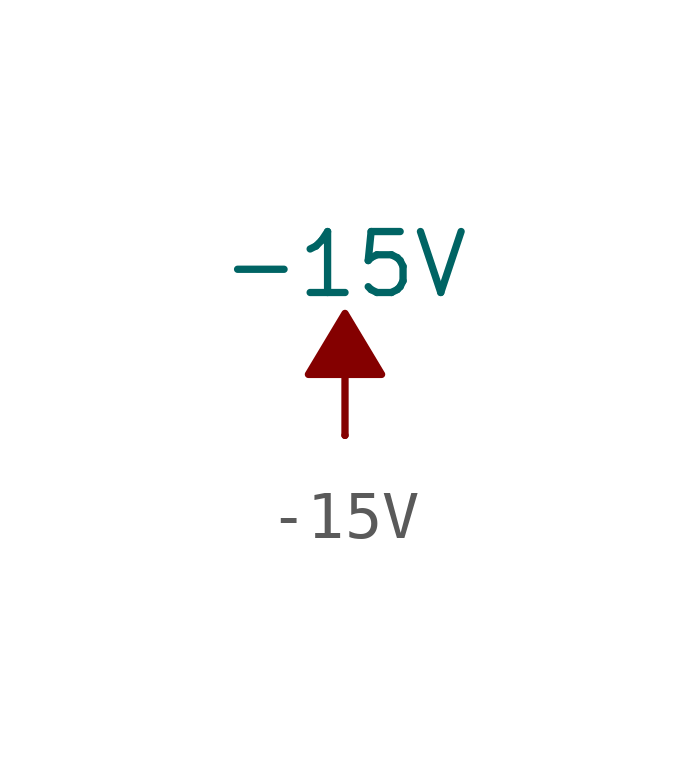
<source format=kicad_sym>
(kicad_symbol_lib
  (version 20231120)
  (generator "kicad_symbol_editor")
  (generator_version "8.0")
  (symbol "-15V"
    (power)
    (pin_numbers hide)
    (pin_names
      (offset 0) hide)
    (property "Reference" "#PWR"
      (at 0 -3.81 0)
      (effects (font (size 1.27 1.27)) (hide yes)))
    (property "Value" "-15V"
      (at 0 3.556 0)
      (effects (font (size 1.27 1.27))))
    (symbol "-15V_0_0"
      (pin power_in line (at 0 0 90) (length 0) (name "~" (effects (font (size 1.27 1.27)))) (number "1" (effects (font (size 1.27 1.27))))))
    (symbol "-15V_0_1"
      (polyline (pts (xy 0 0) (xy 0 1.27) (xy 0.762 1.27) (xy 0 2.54) (xy -0.762 1.27) (xy 0 1.27)) (stroke (width 0) (type default)) (fill (type outline))))))
</source>
